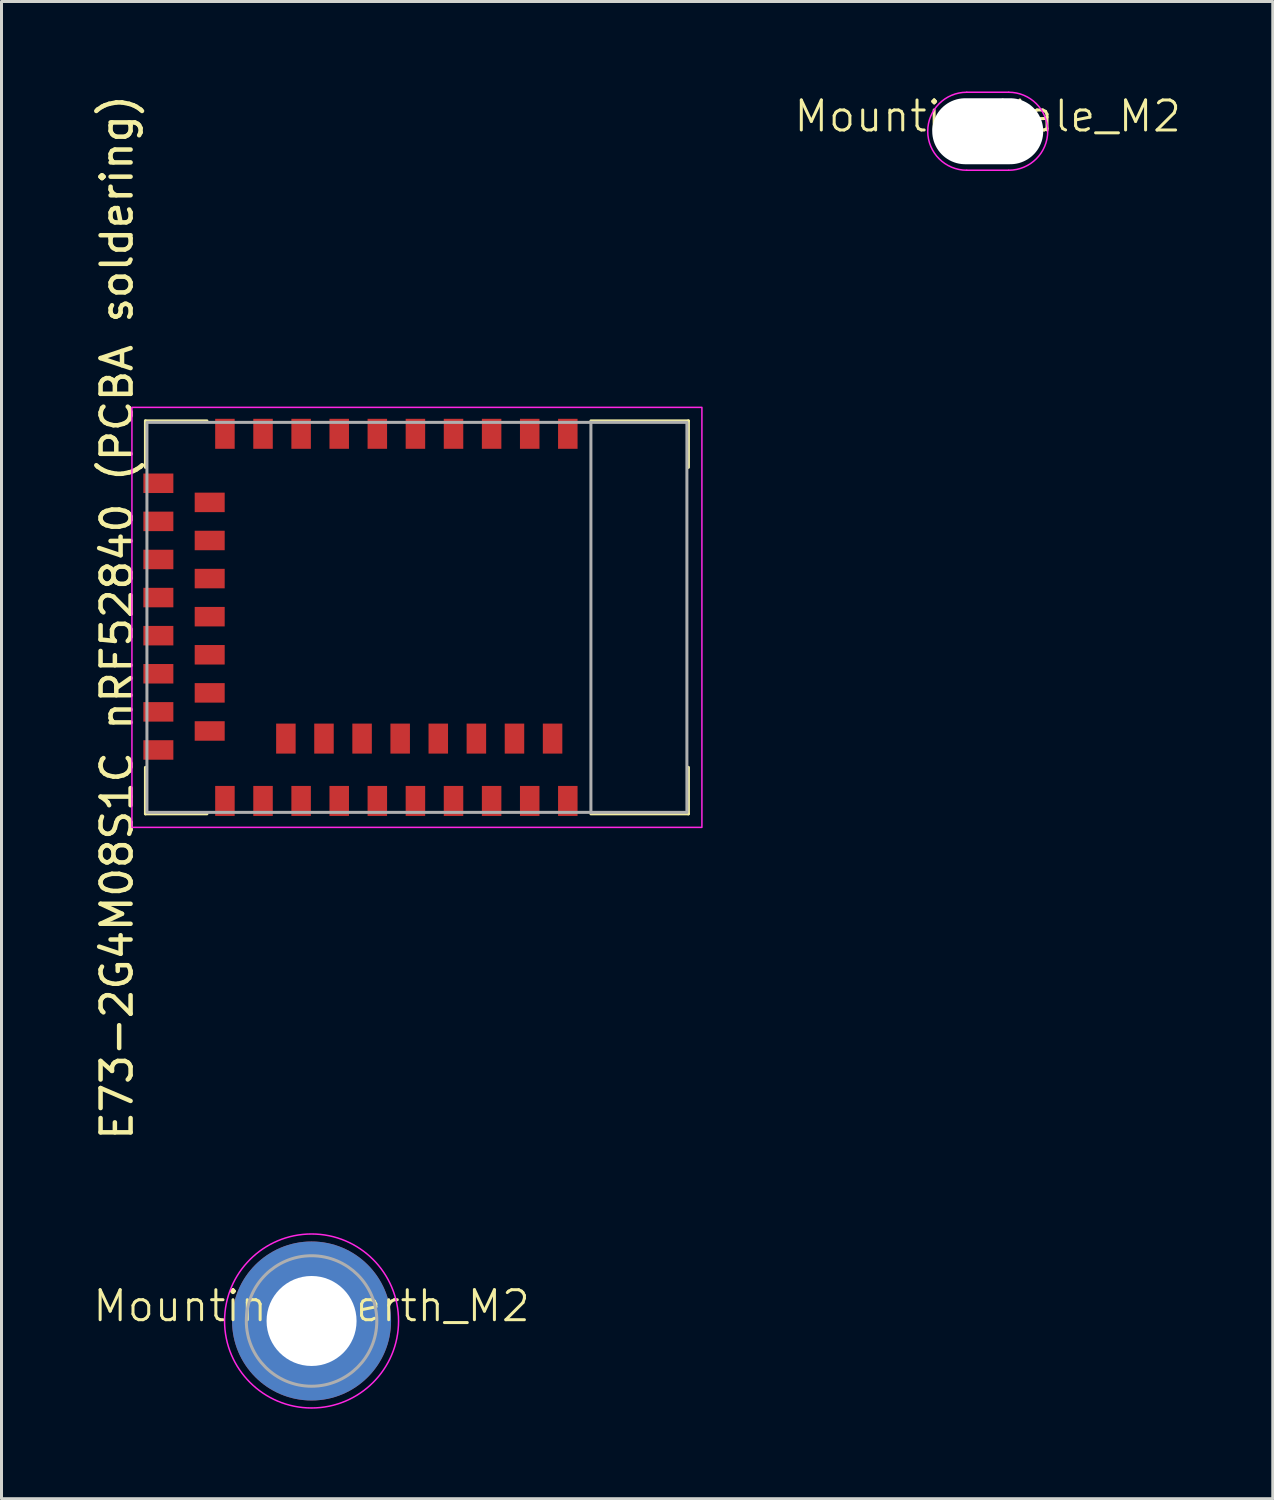
<source format=kicad_pcb>
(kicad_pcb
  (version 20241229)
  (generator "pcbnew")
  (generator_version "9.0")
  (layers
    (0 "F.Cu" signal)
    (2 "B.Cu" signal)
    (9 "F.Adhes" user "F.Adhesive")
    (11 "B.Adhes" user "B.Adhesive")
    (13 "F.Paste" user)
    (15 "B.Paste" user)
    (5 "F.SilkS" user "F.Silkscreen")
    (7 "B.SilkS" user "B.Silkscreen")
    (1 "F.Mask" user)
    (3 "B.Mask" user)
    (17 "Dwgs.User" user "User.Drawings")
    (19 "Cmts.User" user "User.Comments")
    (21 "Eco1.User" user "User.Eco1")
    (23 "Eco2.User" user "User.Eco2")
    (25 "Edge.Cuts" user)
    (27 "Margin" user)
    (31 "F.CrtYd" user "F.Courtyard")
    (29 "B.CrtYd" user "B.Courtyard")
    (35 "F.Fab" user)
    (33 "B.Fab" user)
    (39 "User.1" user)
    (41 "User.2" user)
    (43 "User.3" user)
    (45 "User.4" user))
  (footprint "MountingHale_M2"
    (layer "F.Cu")
    (at 29.876 1.325)
    (property "Reference" "MountingHale_M2" (at 0 -0.5 0) (unlocked yes) (layer "F.SilkS") (effects (font (size 1 1) (thickness 0.1))))
    (attr through_hole)
    (fp_line (start -0.7 1.3) (end 0.7 1.3) (stroke (width 0.05) (type default)) (layer "F.CrtYd"))
    (fp_line (start 0.7 -1.3) (end -0.7 -1.3) (stroke (width 0.05) (type default)) (layer "F.CrtYd"))
    (fp_arc (start -0.7 1.3) (mid -2 0) (end -0.7 -1.3) (stroke (width 0.05) (type default)) (layer "F.CrtYd"))
    (fp_arc (start 0.7 -1.3) (mid 2 0) (end 0.7 1.3) (stroke (width 0.05) (type default)) (layer "F.CrtYd"))
    (pad "" np_thru_hole oval (at 0 0) (size 3.7 2.2) (drill oval 3.7 2.2) (layers "*.Cu" "*.Mask")))
  (footprint "MountingWuerth_M2"
    (layer "F.Cu")
    (at 7.336 40.985)
    (property "Reference" "MountingWuerth_M2" (at 0 -0.5 0) (unlocked yes) (layer "F.SilkS") (effects (font (size 1 1) (thickness 0.1))))
    (attr through_hole)
    (fp_circle (center 0 0) (end 2.9 0) (stroke (width 0.05) (type solid)) (fill no) (layer "F.CrtYd"))
    (fp_circle (center 0 0) (end 2.175 0) (stroke (width 0.1) (type solid)) (fill no) (layer "F.Fab"))
    (pad "" smd custom (at -1.453 -1.453) (size 0.61 0.61) (layers "F.Paste") (options (anchor circle)) (primitives (gr_arc (start -0.147677 1.053104) (mid 0.285964 0.286792) (end 1.051968 -0.147393) (width 0.2)) (gr_arc (start -0.240295 1.053104) (mid 0.22253 0.222946) (end 1.052531 -0.24016) (width 0.2)) (gr_arc (start -0.332645 1.053104) (mid 0.158548 0.15965) (end 1.051583 -0.332304) (width 0.2)) (gr_arc (start -0.424767 1.053104) (mid 0.09486 0.096059) (end 1.051446 -0.424413) (width 0.2)) (gr_arc (start -0.516693 1.053104) (mid 0.031293 0.032346) (end 1.051645 -0.516396) (width 0.2)) (gr_arc (start -0.608448 1.053104) (mid -0.032323 -0.031316) (end 1.051707 -0.608176) (width 0.2)) (gr_arc (start -0.700056 1.053104) (mid -0.09616 -0.094758) (end 1.051155 -0.699693) (width 0.2)) (gr_arc (start -0.791534 1.053104) (mid -0.160388 -0.15781) (end 1.049515 -0.790891) (width 0.2)) (gr_arc (start -0.882896 1.053104) (mid -0.223713 -0.221764) (end 1.050388 -0.882429) (width 0.2)) (gr_arc (start -0.974157 1.053104) (mid -0.287654 -0.2851) (end 1.049541 -0.973566) (width 0.2)) (gr_line (start 1.053 -0.148) (end 1.053 -0.974) (width 0.2)) (gr_line (start -0.148 1.053) (end -0.974 1.053) (width 0.2))))
    (pad "" smd custom (at -1.453 1.453) (size 0.61 0.61) (layers "F.Paste") (options (anchor circle)) (primitives (gr_arc (start 1.053104 0.147677) (mid 0.286792 -0.285964) (end -0.147393 -1.051968) (width 0.2)) (gr_arc (start 1.053104 0.240295) (mid 0.222946 -0.22253) (end -0.24016 -1.052531) (width 0.2)) (gr_arc (start 1.053104 0.332645) (mid 0.15965 -0.158548) (end -0.332304 -1.051583) (width 0.2)) (gr_arc (start 1.053104 0.424767) (mid 0.096059 -0.09486) (end -0.424413 -1.051446) (width 0.2)) (gr_arc (start 1.053104 0.516693) (mid 0.032346 -0.031293) (end -0.516396 -1.051645) (width 0.2)) (gr_arc (start 1.053104 0.608448) (mid -0.031316 0.032323) (end -0.608176 -1.051707) (width 0.2)) (gr_arc (start 1.053104 0.700056) (mid -0.094758 0.09616) (end -0.699693 -1.051155) (width 0.2)) (gr_arc (start 1.053104 0.791534) (mid -0.15781 0.160388) (end -0.790891 -1.049515) (width 0.2)) (gr_arc (start 1.053104 0.882896) (mid -0.221765 0.223713) (end -0.882429 -1.050388) (width 0.2)) (gr_arc (start 1.053104 0.974157) (mid -0.2851 0.287654) (end -0.973566 -1.049541) (width 0.2)) (gr_line (start -0.148 -1.053) (end -0.974 -1.053) (width 0.2)) (gr_line (start 1.053 0.148) (end 1.053 0.974) (width 0.2))))
    (pad "" smd custom (at 1.453 -1.453) (size 0.61 0.61) (layers "F.Paste") (options (anchor circle)) (primitives (gr_arc (start -1.053104 -0.147677) (mid -0.286792 0.285964) (end 0.147393 1.051968) (width 0.2)) (gr_arc (start -1.053104 -0.240295) (mid -0.222946 0.22253) (end 0.24016 1.052531) (width 0.2)) (gr_arc (start -1.053104 -0.332645) (mid -0.15965 0.158548) (end 0.332304 1.051583) (width 0.2)) (gr_arc (start -1.053104 -0.424767) (mid -0.096059 0.09486) (end 0.424413 1.051446) (width 0.2)) (gr_arc (start -1.053104 -0.516693) (mid -0.032346 0.031293) (end 0.516396 1.051645) (width 0.2)) (gr_arc (start -1.053104 -0.608448) (mid 0.031316 -0.032323) (end 0.608176 1.051707) (width 0.2)) (gr_arc (start -1.053104 -0.700056) (mid 0.094758 -0.09616) (end 0.699693 1.051155) (width 0.2)) (gr_arc (start -1.053104 -0.791534) (mid 0.15781 -0.160388) (end 0.790891 1.049515) (width 0.2)) (gr_arc (start -1.053104 -0.882896) (mid 0.221764 -0.223713) (end 0.882429 1.050388) (width 0.2)) (gr_arc (start -1.053104 -0.974157) (mid 0.2851 -0.287654) (end 0.973566 1.049541) (width 0.2)) (gr_line (start 0.148 1.053) (end 0.974 1.053) (width 0.2)) (gr_line (start -1.053 -0.148) (end -1.053 -0.974) (width 0.2))))
    (pad "" smd custom (at 1.453 1.453) (size 0.61 0.61) (layers "F.Paste") (options (anchor circle)) (primitives (gr_arc (start 0.147677 -1.053104) (mid -0.285964 -0.286792) (end -1.051968 0.147393) (width 0.2)) (gr_arc (start 0.240295 -1.053104) (mid -0.22253 -0.222946) (end -1.052531 0.24016) (width 0.2)) (gr_arc (start 0.332645 -1.053104) (mid -0.158548 -0.15965) (end -1.051583 0.332304) (width 0.2)) (gr_arc (start 0.424767 -1.053104) (mid -0.09486 -0.096059) (end -1.051446 0.424413) (width 0.2)) (gr_arc (start 0.516693 -1.053104) (mid -0.031293 -0.032346) (end -1.051645 0.516396) (width 0.2)) (gr_arc (start 0.608448 -1.053104) (mid 0.032323 0.031316) (end -1.051707 0.608176) (width 0.2)) (gr_arc (start 0.700056 -1.053104) (mid 0.09616 0.094758) (end -1.051155 0.699693) (width 0.2)) (gr_arc (start 0.791534 -1.053104) (mid 0.160388 0.15781) (end -1.049515 0.790891) (width 0.2)) (gr_arc (start 0.882896 -1.053104) (mid 0.223713 0.221764) (end -1.050388 0.882429) (width 0.2)) (gr_arc (start 0.974157 -1.053104) (mid 0.287654 0.2851) (end -1.049541 0.973566) (width 0.2)) (gr_line (start -1.053 0.148) (end -1.053 0.974) (width 0.2)) (gr_line (start 0.148 -1.053) (end 0.974 -1.053) (width 0.2))))
    (pad "1" thru_hole circle (at 0 0) (size 5.3 5.3) (drill 3) (layers "*.Cu" "*.Mask")))
  (footprint "E73-2G4M08S1C nRF52840 (PCBA soldering)"
    (layer "F.Cu")
    (at 10.848 17.53)
    (property "Reference" "E73-2G4M08S1C nRF52840 (PCBA soldering)" (at -10 0 90) (layer "F.SilkS") (effects (font (size 1 1) (thickness 0.15))))
    (attr smd)
    (fp_line (start -9.05 -6.55) (end -9.05 -5) (stroke (width 0.1) (type default)) (layer "F.SilkS"))
    (fp_line (start -9.05 5) (end -9.05 6.55) (stroke (width 0.1) (type default)) (layer "F.SilkS"))
    (fp_line (start -9.05 6.55) (end -7 6.55) (stroke (width 0.1) (type default)) (layer "F.SilkS"))
    (fp_line (start -7 -6.55) (end -9.05 -6.55) (stroke (width 0.1) (type default)) (layer "F.SilkS"))
    (fp_line (start 5.8 6.55) (end 9.05 6.55) (stroke (width 0.1) (type default)) (layer "F.SilkS"))
    (fp_line (start 9.05 -6.55) (end 5.8 -6.55) (stroke (width 0.1) (type default)) (layer "F.SilkS"))
    (fp_line (start 9.05 -5) (end 9.05 -6.55) (stroke (width 0.1) (type default)) (layer "F.SilkS"))
    (fp_line (start 9.05 6.55) (end 9.05 5) (stroke (width 0.1) (type default)) (layer "F.SilkS"))
    (fp_rect (start -9.5 -7) (end 9.5 7) (stroke (width 0.05) (type default)) (fill no) (layer "F.CrtYd"))
    (fp_line (start 5.8 -6.5) (end 5.8 6.5) (stroke (width 0.1) (type default)) (layer "F.Fab"))
    (fp_rect (start 9 -6.5) (end -9 6.5) (stroke (width 0.1) (type default)) (fill no) (layer "F.Fab"))
    (pad "1" smd rect (at 5.03 -6.119) (size 0.65 1) (layers "F.Cu" "F.Mask" "F.Paste"))
    (pad "2" smd rect (at 3.76 -6.119) (size 0.65 1) (layers "F.Cu" "F.Mask" "F.Paste"))
    (pad "3" smd rect (at 2.49 -6.119) (size 0.65 1) (layers "F.Cu" "F.Mask" "F.Paste"))
    (pad "4" smd rect (at 1.22 -6.119) (size 0.65 1) (layers "F.Cu" "F.Mask" "F.Paste"))
    (pad "5" smd rect (at -0.05 -6.119) (size 0.65 1) (layers "F.Cu" "F.Mask" "F.Paste"))
    (pad "6" smd rect (at -1.32 -6.119) (size 0.65 1) (layers "F.Cu" "F.Mask" "F.Paste"))
    (pad "7" smd rect (at -2.59 -6.119) (size 0.65 1) (layers "F.Cu" "F.Mask" "F.Paste"))
    (pad "8" smd rect (at -3.86 -6.119) (size 0.65 1) (layers "F.Cu" "F.Mask" "F.Paste"))
    (pad "9" smd rect (at -5.13 -6.119) (size 0.65 1) (layers "F.Cu" "F.Mask" "F.Paste"))
    (pad "10" smd rect (at -6.4 -6.119) (size 0.65 1) (layers "F.Cu" "F.Mask" "F.Paste"))
    (pad "11" smd rect (at -8.619 -4.47 90) (size 0.65 1) (layers "F.Cu" "F.Mask" "F.Paste"))
    (pad "12" smd rect (at -6.908 -3.833 90) (size 0.65 1) (layers "F.Cu" "F.Mask" "F.Paste"))
    (pad "13" smd rect (at -8.619 -3.2 90) (size 0.65 1) (layers "F.Cu" "F.Mask" "F.Paste"))
    (pad "14" smd rect (at -6.908 -2.563 90) (size 0.65 1) (layers "F.Cu" "F.Mask" "F.Paste"))
    (pad "15" smd rect (at -8.619 -1.93 90) (size 0.65 1) (layers "F.Cu" "F.Mask" "F.Paste"))
    (pad "16" smd rect (at -6.908 -1.293 90) (size 0.65 1) (layers "F.Cu" "F.Mask" "F.Paste"))
    (pad "17" smd rect (at -8.619 -0.66 90) (size 0.65 1) (layers "F.Cu" "F.Mask" "F.Paste"))
    (pad "18" smd rect (at -6.908 -0.023 90) (size 0.65 1) (layers "F.Cu" "F.Mask" "F.Paste"))
    (pad "19" smd rect (at -8.619 0.61 90) (size 0.65 1) (layers "F.Cu" "F.Mask" "F.Paste"))
    (pad "20" smd rect (at -6.908 1.247 90) (size 0.65 1) (layers "F.Cu" "F.Mask" "F.Paste"))
    (pad "21" smd rect (at -8.619 1.88 90) (size 0.65 1) (layers "F.Cu" "F.Mask" "F.Paste"))
    (pad "22" smd rect (at -6.908 2.517 90) (size 0.65 1) (layers "F.Cu" "F.Mask" "F.Paste"))
    (pad "23" smd rect (at -8.619 3.15 90) (size 0.65 1) (layers "F.Cu" "F.Mask" "F.Paste"))
    (pad "24" smd rect (at -6.908 3.787 90) (size 0.65 1) (layers "F.Cu" "F.Mask" "F.Paste"))
    (pad "25" smd rect (at -8.619 4.42 90) (size 0.65 1) (layers "F.Cu" "F.Mask" "F.Paste"))
    (pad "26" smd rect (at -6.4 6.119) (size 0.65 1) (layers "F.Cu" "F.Mask" "F.Paste"))
    (pad "27" smd rect (at -5.13 6.119) (size 0.65 1) (layers "F.Cu" "F.Mask" "F.Paste"))
    (pad "28" smd rect (at -4.368 4.041) (size 0.65 1) (layers "F.Cu" "F.Mask" "F.Paste"))
    (pad "29" smd rect (at -3.86 6.119) (size 0.65 1) (layers "F.Cu" "F.Mask" "F.Paste"))
    (pad "30" smd rect (at -3.098 4.041) (size 0.65 1) (layers "F.Cu" "F.Mask" "F.Paste"))
    (pad "31" smd rect (at -2.59 6.119) (size 0.65 1) (layers "F.Cu" "F.Mask" "F.Paste"))
    (pad "32" smd rect (at -1.828 4.041) (size 0.65 1) (layers "F.Cu" "F.Mask" "F.Paste"))
    (pad "33" smd rect (at -1.32 6.119) (size 0.65 1) (layers "F.Cu" "F.Mask" "F.Paste"))
    (pad "34" smd rect (at -0.558 4.041) (size 0.65 1) (layers "F.Cu" "F.Mask" "F.Paste"))
    (pad "35" smd rect (at -0.05 6.119) (size 0.65 1) (layers "F.Cu" "F.Mask" "F.Paste"))
    (pad "36" smd rect (at 0.712 4.041) (size 0.65 1) (layers "F.Cu" "F.Mask" "F.Paste"))
    (pad "37" smd rect (at 1.22 6.119) (size 0.65 1) (layers "F.Cu" "F.Mask" "F.Paste"))
    (pad "38" smd rect (at 1.982 4.041) (size 0.65 1) (layers "F.Cu" "F.Mask" "F.Paste"))
    (pad "39" smd rect (at 2.49 6.119) (size 0.65 1) (layers "F.Cu" "F.Mask" "F.Paste"))
    (pad "40" smd rect (at 3.252 4.041) (size 0.65 1) (layers "F.Cu" "F.Mask" "F.Paste"))
    (pad "41" smd rect (at 3.76 6.119) (size 0.65 1) (layers "F.Cu" "F.Mask" "F.Paste"))
    (pad "42" smd rect (at 4.522 4.041) (size 0.65 1) (layers "F.Cu" "F.Mask" "F.Paste"))
    (pad "43" smd rect (at 5.03 6.119) (size 0.65 1) (layers "F.Cu" "F.Mask" "F.Paste"))
    (zone (net_name "") (layer "F.Cu") (name "ant") (hatch edge 0.5) (connect_pads) (min_thickness 0.25) (filled_areas_thickness no) (keepout (tracks not_allowed) (vias not_allowed) (pads not_allowed) (copperpour not_allowed) (footprints not_allowed)) (placement (enabled no)) (fill) (polygon (pts (xy 16.648 24.03) (xy 19.848 24.03) (xy 19.848 11.03) (xy 16.648 11.03))))
    (zone (net_name "") (layer "B.Cu") (name "ant") (hatch edge 0.5) (connect_pads) (min_thickness 0.25) (filled_areas_thickness no) (keepout (tracks allowed) (vias not_allowed) (pads not_allowed) (copperpour not_allowed) (footprints allowed)) (placement (enabled no)) (fill) (polygon (pts (xy 16.648 24.03) (xy 19.848 24.03) (xy 19.848 11.03) (xy 16.648 11.03)))))
  (gr_rect
    (start -3 -3)
    (end 39.378 46.91)
    (stroke (width 0.1) (type default))
    (fill no)
    (layer "Edge.Cuts")))
</source>
